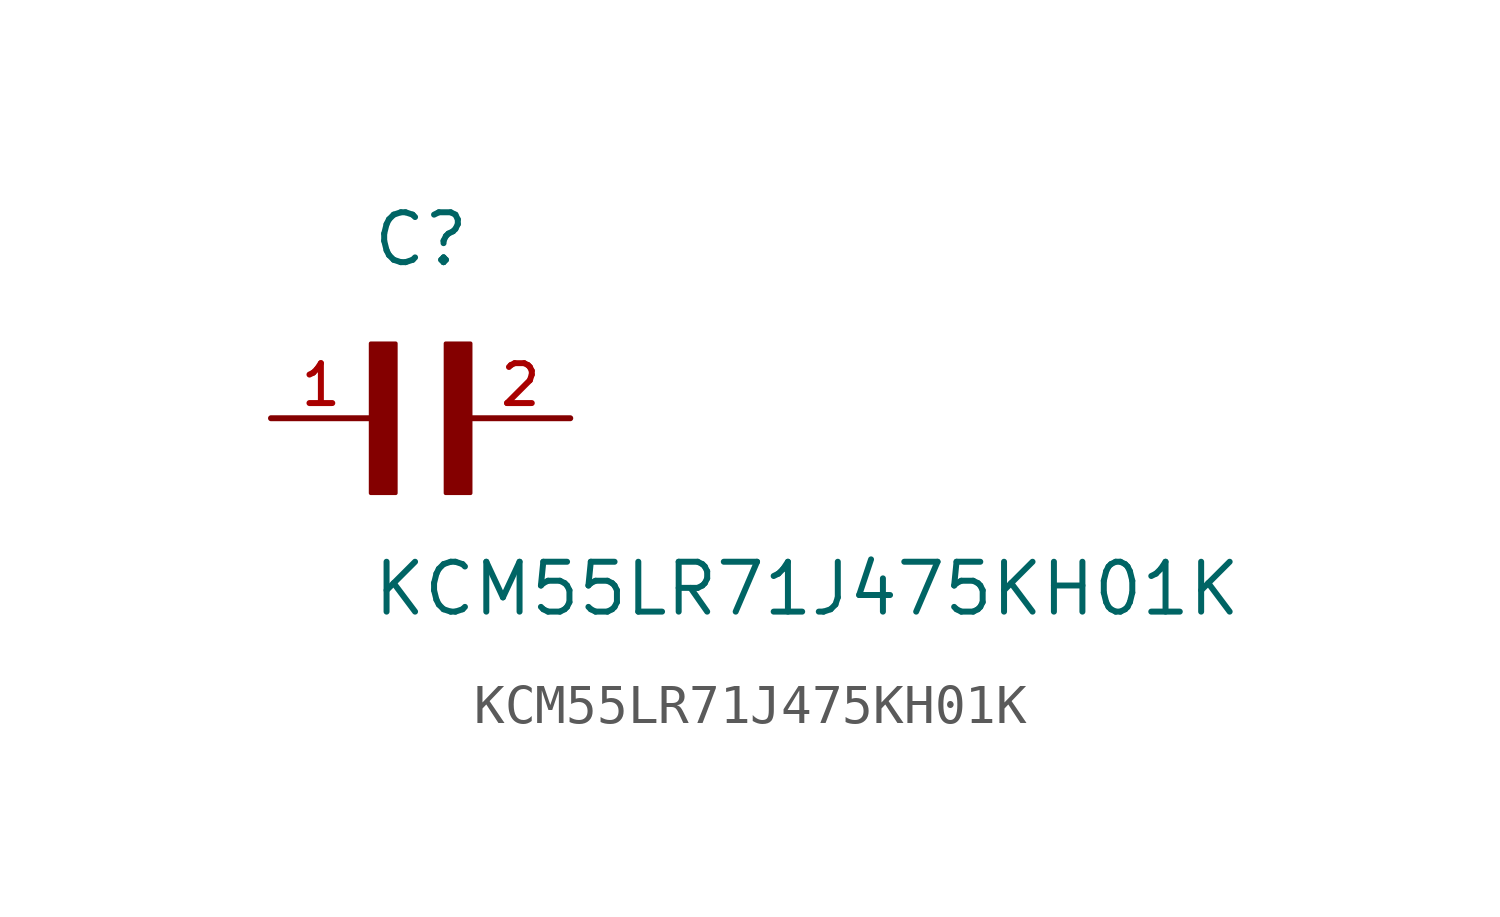
<source format=kicad_sym>
(kicad_symbol_lib
  (version 20211014)
  (generator kicad_symbol_editor)
  (symbol "KCM55LR71J475KH01K"
    (pin_names
      (offset 1.016))
    (property "Reference" "C"
      (at 0.0 3.811 0)
      (effects (font (size 1.27 1.27)) (justify bottom left)))
    (property "Value" "KCM55LR71J475KH01K"
      (at 0.0 -5.088 0)
      (effects (font (size 1.27 1.27)) (justify bottom left)))
    (symbol "KCM55LR71J475KH01K_0_0"
      (rectangle (start 0.0 -1.907) (end 0.635 1.905) (stroke (width 0.1)) (fill (type outline)))
      (rectangle (start 1.907 -1.907) (end 2.54 1.905) (stroke (width 0.1)) (fill (type outline)))
      (pin passive line (at 5.08 0.0 180.0) (length 2.54) (name "~" (effects (font (size 1.016 1.016)))) (number "2" (effects (font (size 1.016 1.016)))))
      (pin passive line (at -2.54 0.0 0) (length 2.54) (name "~" (effects (font (size 1.016 1.016)))) (number "1" (effects (font (size 1.016 1.016))))))))
</source>
